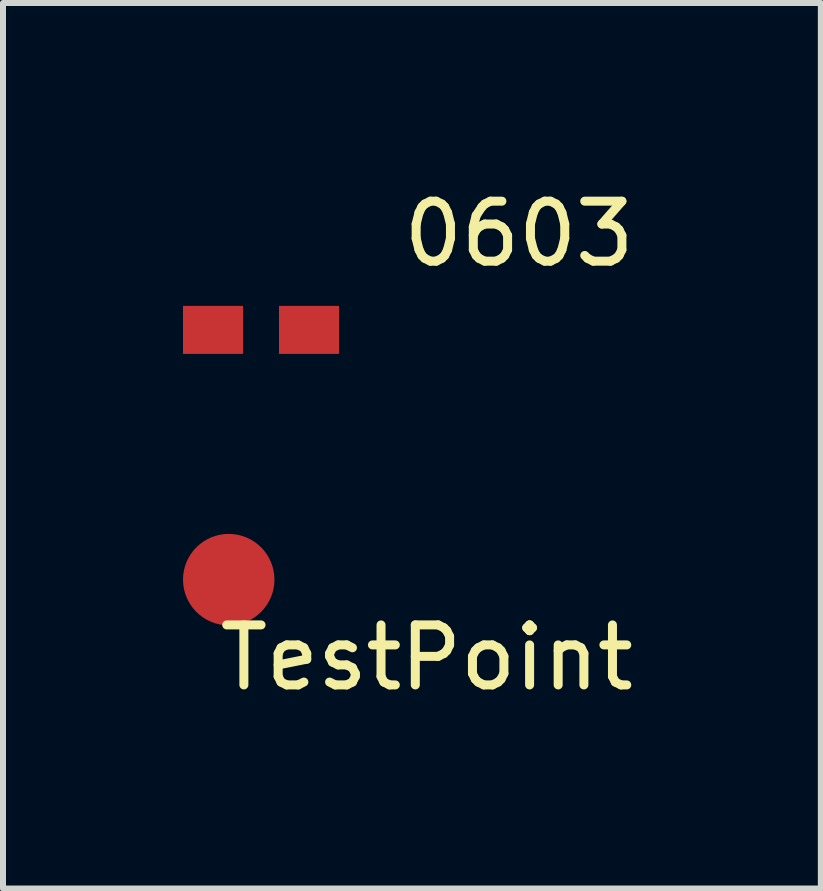
<source format=kicad_pcb>
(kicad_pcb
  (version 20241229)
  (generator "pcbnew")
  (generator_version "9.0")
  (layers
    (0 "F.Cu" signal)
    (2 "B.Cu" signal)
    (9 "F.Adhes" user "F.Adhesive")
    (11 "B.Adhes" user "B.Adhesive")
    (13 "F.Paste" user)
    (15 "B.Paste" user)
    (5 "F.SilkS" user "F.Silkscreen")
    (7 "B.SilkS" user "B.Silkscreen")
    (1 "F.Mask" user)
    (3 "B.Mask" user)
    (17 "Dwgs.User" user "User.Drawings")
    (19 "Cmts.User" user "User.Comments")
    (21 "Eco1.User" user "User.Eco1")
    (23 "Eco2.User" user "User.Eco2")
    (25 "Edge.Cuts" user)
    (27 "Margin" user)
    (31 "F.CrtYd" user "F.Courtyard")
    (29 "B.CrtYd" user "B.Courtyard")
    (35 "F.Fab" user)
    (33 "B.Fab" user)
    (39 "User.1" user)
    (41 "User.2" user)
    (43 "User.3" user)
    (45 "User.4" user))
  (footprint "TestPoint"
    (layer "F.Cu")
    (at 0.762 6.61)
    (property "Reference" "TestPoint" (at 3.3 1.3 0) (layer "F.SilkS") (effects (font (size 1 1) (thickness 0.15))))
    (attr through_hole)
    (pad "1" smd circle (at 0 0) (size 1.524 1.524) (layers "F.Cu" "F.Mask" "F.Paste")))
  (footprint "0603"
    (layer "F.Cu")
    (at 0.5 2.448)
    (property "Reference" "0603" (at 5.1 -1.6 0) (layer "F.SilkS") (effects (font (size 1 1) (thickness 0.15))))
    (attr through_hole)
    (pad "1" smd rect (at 0 0) (size 1 0.8) (layers "F.Cu" "F.Mask" "F.Paste"))
    (pad "2" smd rect (at 1.6 0) (size 1 0.8) (layers "F.Cu" "F.Mask" "F.Paste")))
  (gr_rect
    (start -3 -3)
    (end 10.63 11.758)
    (stroke (width 0.1) (type default))
    (fill no)
    (layer "Edge.Cuts")))
</source>
